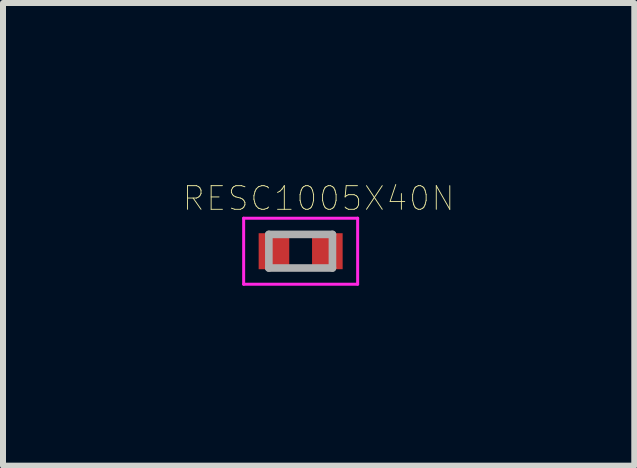
<source format=kicad_pcb>
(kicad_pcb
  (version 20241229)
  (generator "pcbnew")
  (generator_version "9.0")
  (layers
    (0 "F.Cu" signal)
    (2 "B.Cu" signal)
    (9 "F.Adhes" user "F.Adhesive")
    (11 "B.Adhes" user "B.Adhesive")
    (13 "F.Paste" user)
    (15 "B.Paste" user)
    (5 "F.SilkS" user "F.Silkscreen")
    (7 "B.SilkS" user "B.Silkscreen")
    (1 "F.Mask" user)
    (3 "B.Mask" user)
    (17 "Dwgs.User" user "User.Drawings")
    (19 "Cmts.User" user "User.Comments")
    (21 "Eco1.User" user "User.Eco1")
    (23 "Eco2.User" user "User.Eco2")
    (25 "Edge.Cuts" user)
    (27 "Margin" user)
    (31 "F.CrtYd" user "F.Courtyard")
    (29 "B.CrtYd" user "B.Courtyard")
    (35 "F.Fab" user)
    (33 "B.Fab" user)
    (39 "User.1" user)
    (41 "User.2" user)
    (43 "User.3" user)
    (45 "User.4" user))
  (footprint "RESC1005X40N"
    (layer "F.Cu")
    (at 1.961 1.137)
    (property "Reference" "RESC1005X40N" (at 0.3 -0.88 0) (layer "F.SilkS") (effects (font (size 0.394 0.394) (thickness 0.015))))
    (attr through_hole)
    (fp_line (start -0.95 -0.55) (end 0.95 -0.55) (stroke (width 0.05) (type solid)) (layer "F.CrtYd"))
    (fp_line (start -0.95 0.55) (end -0.95 -0.55) (stroke (width 0.05) (type solid)) (layer "F.CrtYd"))
    (fp_line (start -0.95 0.55) (end 0.95 0.55) (stroke (width 0.05) (type solid)) (layer "F.CrtYd"))
    (fp_line (start 0.95 0.55) (end 0.95 -0.55) (stroke (width 0.05) (type solid)) (layer "F.CrtYd"))
    (fp_line (start -0.53 0.28) (end -0.53 -0.28) (stroke (width 0.127) (type solid)) (layer "F.Fab"))
    (fp_line (start 0.53 -0.28) (end -0.53 -0.28) (stroke (width 0.127) (type solid)) (layer "F.Fab"))
    (fp_line (start 0.53 0.28) (end -0.53 0.28) (stroke (width 0.127) (type solid)) (layer "F.Fab"))
    (fp_line (start 0.53 0.28) (end 0.53 -0.28) (stroke (width 0.127) (type solid)) (layer "F.Fab"))
    (pad "1" smd rect (at -0.445 0) (size 0.51 0.6) (layers "F.Cu" "F.Mask" "F.Paste"))
    (pad "2" smd rect (at 0.445 0) (size 0.51 0.6) (layers "F.Cu" "F.Mask" "F.Paste")))
  (gr_rect
    (start -3 -3)
    (end 7.522 4.712)
    (stroke (width 0.1) (type default))
    (fill no)
    (layer "Edge.Cuts")))
</source>
